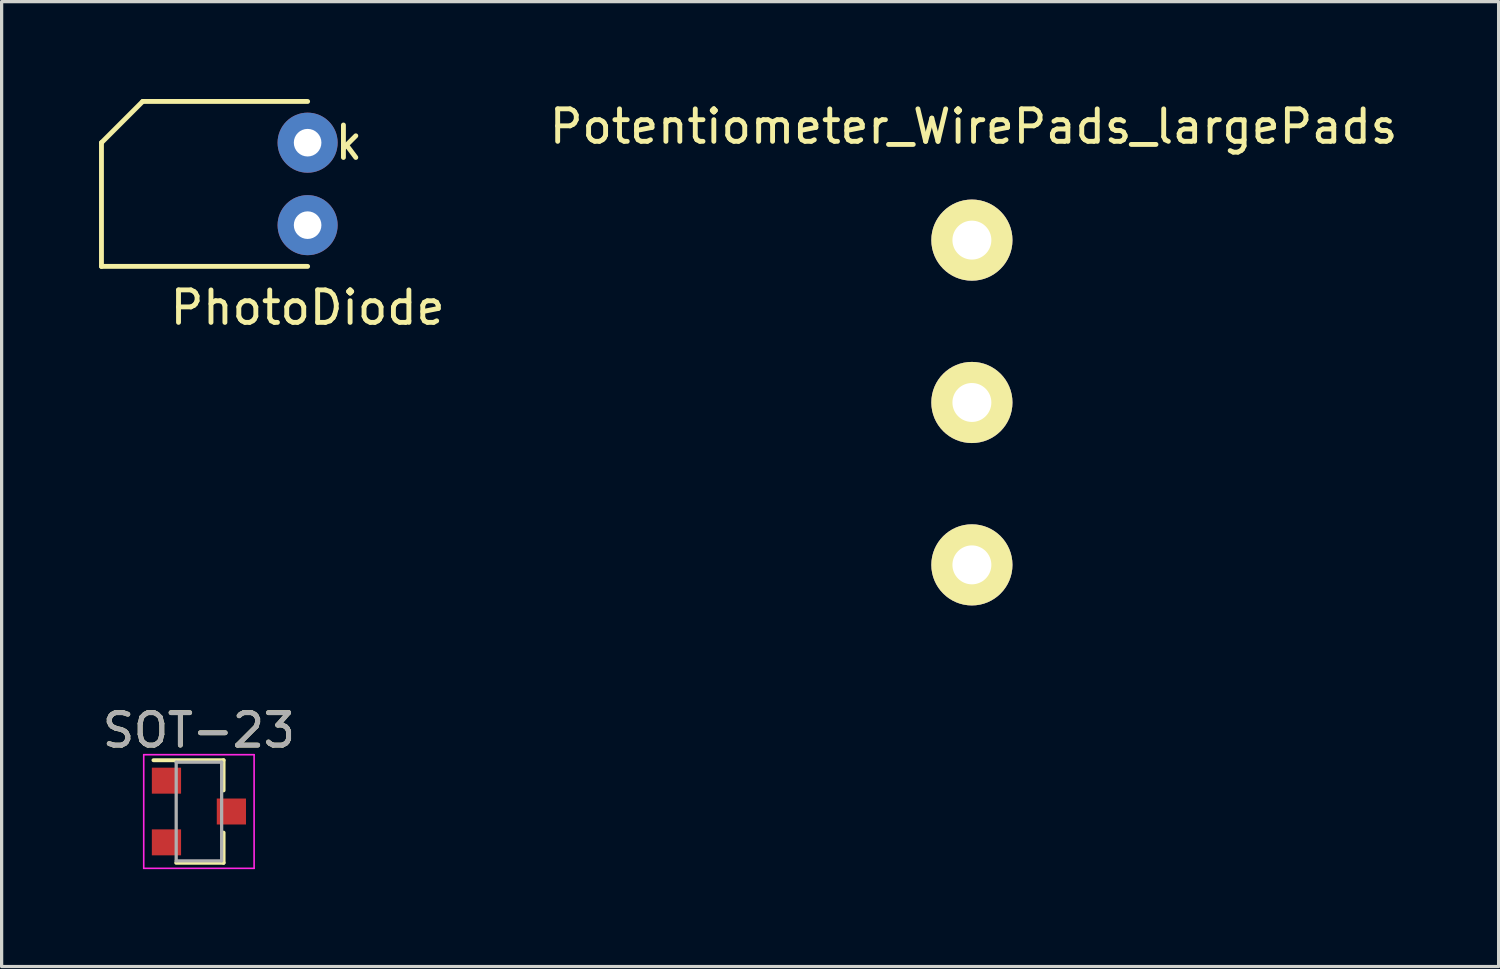
<source format=kicad_pcb>
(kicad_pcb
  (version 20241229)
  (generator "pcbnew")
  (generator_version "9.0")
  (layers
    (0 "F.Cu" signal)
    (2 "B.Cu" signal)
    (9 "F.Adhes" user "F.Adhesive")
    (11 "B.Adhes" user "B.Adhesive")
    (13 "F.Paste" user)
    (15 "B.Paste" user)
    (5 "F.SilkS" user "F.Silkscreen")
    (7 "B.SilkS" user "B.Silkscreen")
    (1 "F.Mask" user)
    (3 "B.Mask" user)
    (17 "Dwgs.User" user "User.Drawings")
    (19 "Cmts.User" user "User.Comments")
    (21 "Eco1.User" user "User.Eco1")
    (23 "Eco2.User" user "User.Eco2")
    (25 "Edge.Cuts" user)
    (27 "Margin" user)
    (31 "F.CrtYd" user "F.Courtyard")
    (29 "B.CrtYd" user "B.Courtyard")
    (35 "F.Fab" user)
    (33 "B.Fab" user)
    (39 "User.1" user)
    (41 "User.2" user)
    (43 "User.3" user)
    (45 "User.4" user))
  (footprint "Potentiometer_WirePads_largePads"
    (layer "F.Cu")
    (at 26.886 4.346)
    (property "Reference" "Potentiometer_WirePads_largePads" (at 0.051 -3.498 0) (layer "F.SilkS") (effects (font (size 1 1) (thickness 0.15))))
    (attr through_hole)
    (pad "1" thru_hole circle (at 0 0) (size 2.499 2.499) (drill 1.199) (layers "*.Cu" "*.Mask" "F.SilkS"))
    (pad "2" thru_hole circle (at 0 5.001) (size 2.499 2.499) (drill 1.199) (layers "*.Cu" "*.Mask" "F.SilkS"))
    (pad "3" thru_hole circle (at 0 10.003) (size 2.499 2.499) (drill 1.199) (layers "*.Cu" "*.Mask" "F.SilkS")))
  (footprint "PhotoDiode"
    (layer "F.Cu")
    (at 6.425 2.615)
    (property "Reference" "PhotoDiode" (at 0 3.81 0) (layer "F.SilkS") (effects (font (size 1 1) (thickness 0.15))))
    (attr through_hole)
    (fp_line (start -6.35 -1.27) (end -6.35 2.54) (stroke (width 0.15) (type solid)) (layer "F.SilkS"))
    (fp_line (start -5.08 -2.54) (end -6.35 -1.27) (stroke (width 0.15) (type solid)) (layer "F.SilkS"))
    (fp_line (start 0 -2.54) (end -5.08 -2.54) (stroke (width 0.15) (type solid)) (layer "F.SilkS"))
    (fp_line (start 0 2.54) (end -6.35 2.54) (stroke (width 0.15) (type solid)) (layer "F.SilkS"))
    (fp_text user "k" (at 1.27 -1.27 0) (layer "F.SilkS") (effects (font (size 1 1) (thickness 0.15))))
    (pad "1" thru_hole circle (at 0 -1.27) (size 1.85 1.85) (drill 0.85) (layers "*.Cu" "*.Mask"))
    (pad "2" thru_hole circle (at 0 1.27) (size 1.85 1.85) (drill 0.85) (layers "*.Cu" "*.Mask")))
  (footprint "SOT-23"
    (layer "F.Cu")
    (at 3.077 21.946)
    (property "Reference" "SOT-23" (at 0 -2.5 0) (layer "F.SilkS") (effects (font (size 1 1) (thickness 0.15))))
    (attr smd)
    (fp_line (start 0.76 -1.58) (end -1.4 -1.58) (stroke (width 0.12) (type solid)) (layer "F.SilkS"))
    (fp_line (start 0.76 -1.58) (end 0.76 -0.65) (stroke (width 0.12) (type solid)) (layer "F.SilkS"))
    (fp_line (start 0.76 1.58) (end -0.7 1.58) (stroke (width 0.12) (type solid)) (layer "F.SilkS"))
    (fp_line (start 0.76 1.58) (end 0.76 0.65) (stroke (width 0.12) (type solid)) (layer "F.SilkS"))
    (fp_line (start -1.7 -1.75) (end 1.7 -1.75) (stroke (width 0.05) (type solid)) (layer "F.CrtYd"))
    (fp_line (start -1.7 1.75) (end -1.7 -1.75) (stroke (width 0.05) (type solid)) (layer "F.CrtYd"))
    (fp_line (start 1.7 -1.75) (end 1.7 1.75) (stroke (width 0.05) (type solid)) (layer "F.CrtYd"))
    (fp_line (start 1.7 1.75) (end -1.7 1.75) (stroke (width 0.05) (type solid)) (layer "F.CrtYd"))
    (fp_line (start -0.7 -1.52) (end -0.7 1.52) (stroke (width 0.1) (type solid)) (layer "F.Fab"))
    (fp_line (start -0.7 -1.52) (end 0.7 -1.52) (stroke (width 0.1) (type solid)) (layer "F.Fab"))
    (fp_line (start -0.7 1.52) (end 0.7 1.52) (stroke (width 0.1) (type solid)) (layer "F.Fab"))
    (fp_line (start 0.7 -1.52) (end 0.7 1.52) (stroke (width 0.1) (type solid)) (layer "F.Fab"))
    (fp_text user "${REFERENCE}" (at 0 -2.5 0) (layer "F.Fab") (effects (font (size 1 1) (thickness 0.15))))
    (pad "1" smd rect (at -1 -0.95) (size 0.9 0.8) (layers "F.Cu" "F.Mask" "F.Paste"))
    (pad "2" smd rect (at -1 0.95) (size 0.9 0.8) (layers "F.Cu" "F.Mask" "F.Paste"))
    (pad "3" smd rect (at 1 0) (size 0.9 0.8) (layers "F.Cu" "F.Mask" "F.Paste")))
  (gr_rect
    (start -3 -3)
    (end 43.11 26.721)
    (stroke (width 0.1) (type default))
    (fill no)
    (layer "Edge.Cuts")))
</source>
